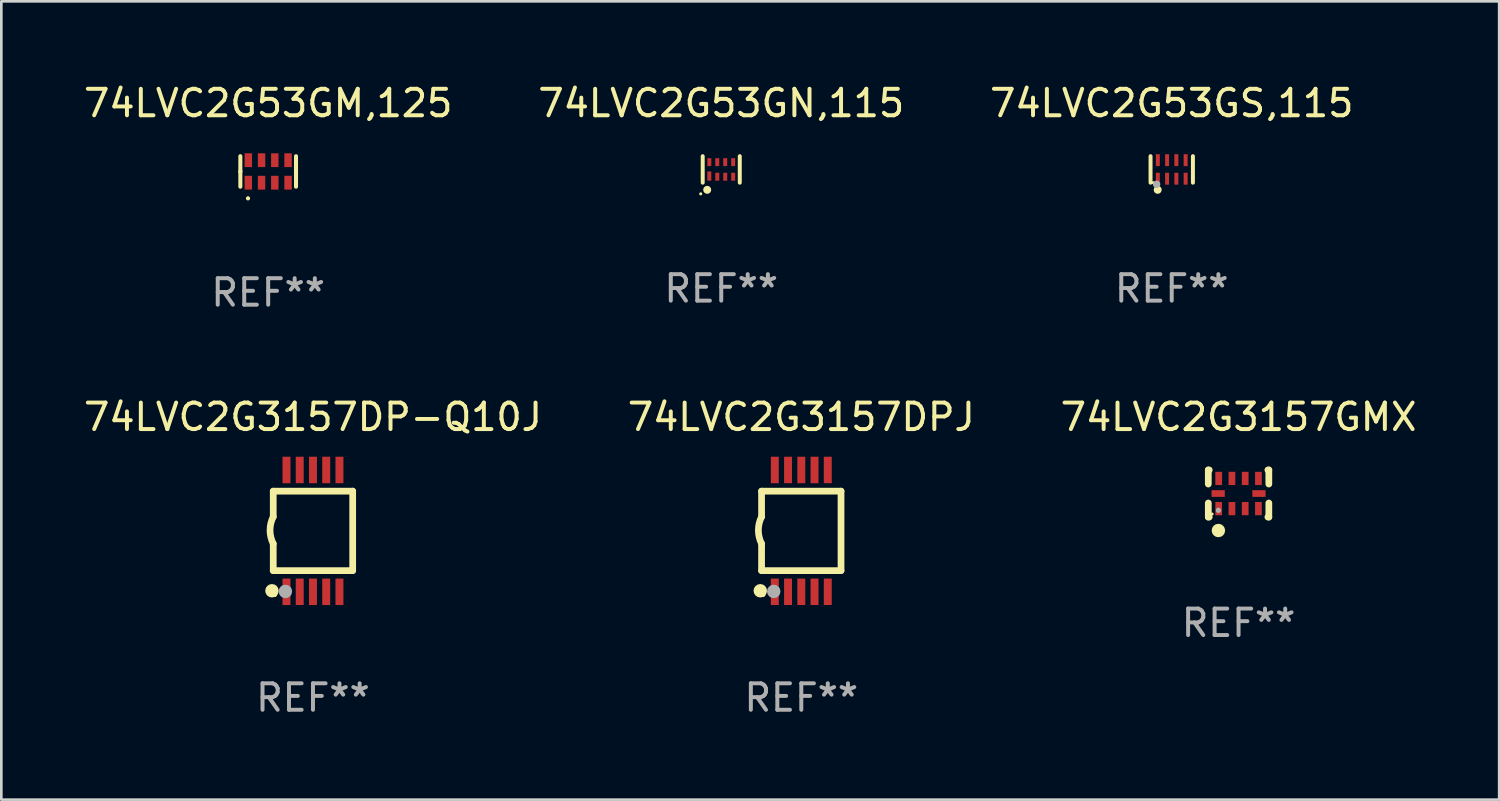
<source format=kicad_pcb>
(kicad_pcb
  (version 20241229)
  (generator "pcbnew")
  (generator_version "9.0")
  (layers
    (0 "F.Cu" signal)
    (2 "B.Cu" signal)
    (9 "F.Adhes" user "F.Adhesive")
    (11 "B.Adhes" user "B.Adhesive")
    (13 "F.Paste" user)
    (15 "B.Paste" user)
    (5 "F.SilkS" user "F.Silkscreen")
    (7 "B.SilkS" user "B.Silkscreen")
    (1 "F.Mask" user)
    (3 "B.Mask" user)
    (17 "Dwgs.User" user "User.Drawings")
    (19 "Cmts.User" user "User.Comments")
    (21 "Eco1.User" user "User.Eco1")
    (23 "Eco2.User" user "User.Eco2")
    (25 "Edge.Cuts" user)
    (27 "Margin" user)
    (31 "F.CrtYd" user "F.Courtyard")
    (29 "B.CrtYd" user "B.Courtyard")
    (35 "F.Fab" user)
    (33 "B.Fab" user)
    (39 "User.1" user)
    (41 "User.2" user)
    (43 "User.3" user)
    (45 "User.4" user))
  (footprint "74LVC2G3157GMX"
    (layer "F.Cu")
    (at 43.72 15.586)
    (property "Reference" "74LVC2G3157GMX" (at 0 -2.889 0) (layer "F.SilkS") (effects (font (size 1 1) (thickness 0.15))))
    (attr through_hole)
    (fp_line (start -1.143 -0.889) (end -1.143 -0.358) (stroke (width 0.254) (type solid)) (layer "F.SilkS"))
    (fp_line (start -1.143 0.358) (end -1.143 0.889) (stroke (width 0.254) (type solid)) (layer "F.SilkS"))
    (fp_line (start -1.143 0.889) (end -1.108 0.889) (stroke (width 0.254) (type solid)) (layer "F.SilkS"))
    (fp_line (start -1.108 -0.889) (end -1.143 -0.889) (stroke (width 0.254) (type solid)) (layer "F.SilkS"))
    (fp_line (start 1.108 0.889) (end 1.143 0.889) (stroke (width 0.254) (type solid)) (layer "F.SilkS"))
    (fp_line (start 1.143 -0.889) (end 1.108 -0.889) (stroke (width 0.254) (type solid)) (layer "F.SilkS"))
    (fp_line (start 1.143 -0.358) (end 1.143 -0.889) (stroke (width 0.254) (type solid)) (layer "F.SilkS"))
    (fp_line (start 1.143 0.889) (end 1.143 0.358) (stroke (width 0.254) (type solid)) (layer "F.SilkS"))
    (fp_circle (center -1 0.775) (end -0.97 0.775) (stroke (width 0.06) (type solid)) (fill no) (layer "F.SilkS"))
    (fp_circle (center -0.762 1.397) (end -0.635 1.397) (stroke (width 0.254) (type solid)) (fill no) (layer "F.SilkS"))
    (fp_circle (center -0.762 0.635) (end -0.712 0.635) (stroke (width 0.1) (type solid)) (fill no) (layer "F.Fab"))
    (fp_text user "REF**" (at 0 4.889 0) (layer "F.Fab") (effects (font (size 1 1) (thickness 0.15))))
    (pad "1" smd rect (at -0.75 0.57) (size 0.254 0.5) (layers "F.Cu" "F.Mask" "F.Paste"))
    (pad "2" smd rect (at -0.25 0.57) (size 0.254 0.5) (layers "F.Cu" "F.Mask" "F.Paste"))
    (pad "3" smd rect (at 0.25 0.57) (size 0.254 0.5) (layers "F.Cu" "F.Mask" "F.Paste"))
    (pad "4" smd rect (at 0.75 0.57) (size 0.254 0.5) (layers "F.Cu" "F.Mask" "F.Paste"))
    (pad "5" smd rect (at 0.77 0) (size 0.5 0.254) (layers "F.Cu" "F.Mask" "F.Paste"))
    (pad "6" smd rect (at 0.75 -0.57) (size 0.254 0.5) (layers "F.Cu" "F.Mask" "F.Paste"))
    (pad "7" smd rect (at 0.25 -0.57) (size 0.254 0.5) (layers "F.Cu" "F.Mask" "F.Paste"))
    (pad "8" smd rect (at -0.25 -0.57) (size 0.254 0.5) (layers "F.Cu" "F.Mask" "F.Paste"))
    (pad "9" smd rect (at -0.75 -0.57) (size 0.254 0.5) (layers "F.Cu" "F.Mask" "F.Paste"))
    (pad "10" smd rect (at -0.77 0) (size 0.5 0.254) (layers "F.Cu" "F.Mask" "F.Paste")))
  (footprint "74LVC2G53GN,115"
    (layer "F.Cu")
    (at 24.185 3.348)
    (property "Reference" "74LVC2G53GN,115" (at 0 -2.5 0) (layer "F.SilkS") (effects (font (size 1 1) (thickness 0.15))))
    (attr through_hole)
    (fp_line (start -0.7 -0.5) (end -0.7 0.5) (stroke (width 0.15) (type solid)) (layer "F.SilkS"))
    (fp_line (start 0.7 -0.5) (end 0.7 0.5) (stroke (width 0.15) (type solid)) (layer "F.SilkS"))
    (fp_circle (center -0.775 0.922) (end -0.745 0.922) (stroke (width 0.06) (type solid)) (fill no) (layer "F.SilkS"))
    (fp_circle (center -0.53 0.77) (end -0.454 0.77) (stroke (width 0.15) (type solid)) (fill no) (layer "F.SilkS"))
    (fp_text user "REF**" (at 0 4.5 0) (layer "F.Fab") (effects (font (size 1 1) (thickness 0.15))))
    (pad "1" smd rect (at -0.45 0.25) (size 0.15 0.35) (layers "F.Cu" "F.Mask" "F.Paste"))
    (pad "2" smd rect (at -0.15 0.275) (size 0.15 0.3) (layers "F.Cu" "F.Mask" "F.Paste"))
    (pad "3" smd rect (at 0.15 0.275) (size 0.15 0.3) (layers "F.Cu" "F.Mask" "F.Paste"))
    (pad "4" smd rect (at 0.45 0.275) (size 0.15 0.3) (layers "F.Cu" "F.Mask" "F.Paste"))
    (pad "5" smd rect (at 0.45 -0.275) (size 0.15 0.3) (layers "F.Cu" "F.Mask" "F.Paste"))
    (pad "6" smd rect (at 0.15 -0.275) (size 0.15 0.3) (layers "F.Cu" "F.Mask" "F.Paste"))
    (pad "7" smd rect (at -0.15 -0.275) (size 0.15 0.3) (layers "F.Cu" "F.Mask" "F.Paste"))
    (pad "8" smd rect (at -0.45 -0.275) (size 0.15 0.3) (layers "F.Cu" "F.Mask" "F.Paste")))
  (footprint "74LVC2G3157DP-Q10J"
    (layer "F.Cu")
    (at 8.768 16.997)
    (property "Reference" "74LVC2G3157DP-Q10J" (at 0 -4.3 0) (layer "F.SilkS") (effects (font (size 1 1) (thickness 0.15))))
    (attr through_hole)
    (fp_line (start -1.5 -1.5) (end -1.5 -0.533) (stroke (width 0.254) (type solid)) (layer "F.SilkS"))
    (fp_line (start -1.5 -1.5) (end 1.5 -1.5) (stroke (width 0.254) (type solid)) (layer "F.SilkS"))
    (fp_line (start -1.5 1.5) (end -1.5 0.483) (stroke (width 0.254) (type solid)) (layer "F.SilkS"))
    (fp_line (start -1.5 1.5) (end 1.5 1.5) (stroke (width 0.254) (type solid)) (layer "F.SilkS"))
    (fp_line (start 1.5 1.5) (end 1.5 -1.5) (stroke (width 0.254) (type solid)) (layer "F.SilkS"))
    (fp_arc (start -1.501015 0.483109) (mid -1.620651 -0.025266) (end -1.5 -0.533401) (stroke (width 0.254001) (type solid)) (layer "F.SilkS"))
    (fp_circle (center -1.549 2.261) (end -1.422 2.261) (stroke (width 0.254) (type solid)) (fill no) (layer "F.SilkS"))
    (fp_circle (center -1.45 2.4) (end -1.4 2.4) (stroke (width 0.1) (type solid)) (fill no) (layer "F.SilkS"))
    (fp_circle (center -1.041 2.286) (end -0.914 2.286) (stroke (width 0.254) (type solid)) (fill no) (layer "F.Fab"))
    (fp_text user "REF**" (at 0 6.3 0) (layer "F.Fab") (effects (font (size 1 1) (thickness 0.15))))
    (pad "1" smd rect (at -1 2.3 90) (size 1 0.3) (layers "F.Cu" "F.Mask" "F.Paste"))
    (pad "2" smd rect (at -0.5 2.3 90) (size 1 0.3) (layers "F.Cu" "F.Mask" "F.Paste"))
    (pad "3" smd rect (at 0.000127 2.3 90) (size 1 0.3) (layers "F.Cu" "F.Mask" "F.Paste"))
    (pad "4" smd rect (at 0.5 2.3 90) (size 1 0.3) (layers "F.Cu" "F.Mask" "F.Paste"))
    (pad "5" smd rect (at 1 2.3 90) (size 1 0.3) (layers "F.Cu" "F.Mask" "F.Paste"))
    (pad "6" smd rect (at 1 -2.3 270) (size 1 0.3) (layers "F.Cu" "F.Mask" "F.Paste"))
    (pad "7" smd rect (at 0.5 -2.3 90) (size 1 0.3) (layers "F.Cu" "F.Mask" "F.Paste"))
    (pad "8" smd rect (at 0.000127 -2.3 90) (size 1 0.3) (layers "F.Cu" "F.Mask" "F.Paste"))
    (pad "9" smd rect (at -0.5 -2.3 90) (size 1 0.3) (layers "F.Cu" "F.Mask" "F.Paste"))
    (pad "10" smd rect (at -1 -2.3 90) (size 1 0.3) (layers "F.Cu" "F.Mask" "F.Paste")))
  (footprint "74LVC2G3157DPJ"
    (layer "F.Cu")
    (at 27.208 16.997)
    (property "Reference" "74LVC2G3157DPJ" (at 0 -4.3 0) (layer "F.SilkS") (effects (font (size 1 1) (thickness 0.15))))
    (attr through_hole)
    (fp_line (start -1.5 -1.5) (end -1.5 -0.533) (stroke (width 0.254) (type solid)) (layer "F.SilkS"))
    (fp_line (start -1.5 -1.5) (end 1.5 -1.5) (stroke (width 0.254) (type solid)) (layer "F.SilkS"))
    (fp_line (start -1.5 1.5) (end -1.5 0.483) (stroke (width 0.254) (type solid)) (layer "F.SilkS"))
    (fp_line (start -1.5 1.5) (end 1.5 1.5) (stroke (width 0.254) (type solid)) (layer "F.SilkS"))
    (fp_line (start 1.5 1.5) (end 1.5 -1.5) (stroke (width 0.254) (type solid)) (layer "F.SilkS"))
    (fp_arc (start -1.501015 0.483109) (mid -1.620651 -0.025266) (end -1.5 -0.533401) (stroke (width 0.254001) (type solid)) (layer "F.SilkS"))
    (fp_circle (center -1.549 2.261) (end -1.422 2.261) (stroke (width 0.254) (type solid)) (fill no) (layer "F.SilkS"))
    (fp_circle (center -1.45 2.4) (end -1.4 2.4) (stroke (width 0.1) (type solid)) (fill no) (layer "F.SilkS"))
    (fp_circle (center -1.041 2.286) (end -0.914 2.286) (stroke (width 0.254) (type solid)) (fill no) (layer "F.Fab"))
    (fp_text user "REF**" (at 0 6.3 0) (layer "F.Fab") (effects (font (size 1 1) (thickness 0.15))))
    (pad "1" smd rect (at -1 2.3 90) (size 1 0.3) (layers "F.Cu" "F.Mask" "F.Paste"))
    (pad "2" smd rect (at -0.5 2.3 90) (size 1 0.3) (layers "F.Cu" "F.Mask" "F.Paste"))
    (pad "3" smd rect (at 0.000127 2.3 90) (size 1 0.3) (layers "F.Cu" "F.Mask" "F.Paste"))
    (pad "4" smd rect (at 0.5 2.3 90) (size 1 0.3) (layers "F.Cu" "F.Mask" "F.Paste"))
    (pad "5" smd rect (at 1 2.3 90) (size 1 0.3) (layers "F.Cu" "F.Mask" "F.Paste"))
    (pad "6" smd rect (at 1 -2.3 270) (size 1 0.3) (layers "F.Cu" "F.Mask" "F.Paste"))
    (pad "7" smd rect (at 0.5 -2.3 90) (size 1 0.3) (layers "F.Cu" "F.Mask" "F.Paste"))
    (pad "8" smd rect (at 0.000127 -2.3 90) (size 1 0.3) (layers "F.Cu" "F.Mask" "F.Paste"))
    (pad "9" smd rect (at -0.5 -2.3 90) (size 1 0.3) (layers "F.Cu" "F.Mask" "F.Paste"))
    (pad "10" smd rect (at -1 -2.3 90) (size 1 0.3) (layers "F.Cu" "F.Mask" "F.Paste")))
  (footprint "74LVC2G53GM,125"
    (layer "F.Cu")
    (at 7.077 3.424)
    (property "Reference" "74LVC2G53GM,125" (at 0 -2.576 0) (layer "F.SilkS") (effects (font (size 1 1) (thickness 0.15))))
    (attr through_hole)
    (fp_line (start -1.051 -0.576) (end -1.051 0.013) (stroke (width 0.152) (type solid)) (layer "F.SilkS"))
    (fp_line (start -1.051 0.576) (end -1.051 -0.013) (stroke (width 0.152) (type solid)) (layer "F.SilkS"))
    (fp_line (start 1.051 -0.576) (end 1.051 0.013) (stroke (width 0.152) (type solid)) (layer "F.SilkS"))
    (fp_line (start 1.051 0.576) (end 1.051 -0.013) (stroke (width 0.152) (type solid)) (layer "F.SilkS"))
    (fp_circle (center -0.762 1.016) (end -0.736 1.016) (stroke (width 0.053) (type solid)) (fill no) (layer "F.SilkS"))
    (fp_circle (center -0.762 1.016) (end -0.732 1.016) (stroke (width 0.06) (type solid)) (fill no) (layer "F.SilkS"))
    (fp_text user "REF**" (at 0 4.576 0) (layer "F.Fab") (effects (font (size 1 1) (thickness 0.15))))
    (pad "1" smd rect (at -0.75 0.425) (size 0.28 0.521) (layers "F.Cu" "F.Mask" "F.Paste"))
    (pad "2" smd rect (at -0.25 0.425) (size 0.28 0.521) (layers "F.Cu" "F.Mask" "F.Paste"))
    (pad "3" smd rect (at 0.25 0.425) (size 0.28 0.521) (layers "F.Cu" "F.Mask" "F.Paste"))
    (pad "4" smd rect (at 0.75 0.425) (size 0.28 0.521) (layers "F.Cu" "F.Mask" "F.Paste"))
    (pad "5" smd rect (at 0.75 -0.425) (size 0.28 0.521) (layers "F.Cu" "F.Mask" "F.Paste"))
    (pad "6" smd rect (at 0.25 -0.425) (size 0.28 0.521) (layers "F.Cu" "F.Mask" "F.Paste"))
    (pad "7" smd rect (at -0.25 -0.425) (size 0.28 0.521) (layers "F.Cu" "F.Mask" "F.Paste"))
    (pad "8" smd rect (at -0.75 -0.425) (size 0.28 0.521) (layers "F.Cu" "F.Mask" "F.Paste")))
  (footprint "74LVC2G53GS,115"
    (layer "F.Cu")
    (at 41.196 3.348)
    (property "Reference" "74LVC2G53GS,115" (at 0 -2.5 0) (layer "F.SilkS") (effects (font (size 1 1) (thickness 0.15))))
    (attr through_hole)
    (fp_line (start -0.8 -0.5) (end -0.8 0.5) (stroke (width 0.15) (type solid)) (layer "F.SilkS"))
    (fp_line (start 0.8 -0.5) (end 0.8 0.5) (stroke (width 0.15) (type solid)) (layer "F.SilkS"))
    (fp_circle (center -0.7 0.5) (end -0.67 0.5) (stroke (width 0.06) (type solid)) (fill no) (layer "F.SilkS"))
    (fp_circle (center -0.53 0.77) (end -0.454 0.77) (stroke (width 0.15) (type solid)) (fill no) (layer "F.SilkS"))
    (fp_circle (center -0.57 0.56) (end -0.5 0.56) (stroke (width 0.14) (type solid)) (fill no) (layer "F.Fab"))
    (fp_text user "REF**" (at 0 4.5 0) (layer "F.Fab") (effects (font (size 1 1) (thickness 0.15))))
    (pad "1" smd rect (at -0.525 0.35) (size 0.15 0.45) (layers "F.Cu" "F.Mask" "F.Paste"))
    (pad "2" smd rect (at -0.175 0.35) (size 0.15 0.45) (layers "F.Cu" "F.Mask" "F.Paste"))
    (pad "3" smd rect (at 0.175 0.35) (size 0.15 0.45) (layers "F.Cu" "F.Mask" "F.Paste"))
    (pad "4" smd rect (at 0.525 0.35) (size 0.15 0.45) (layers "F.Cu" "F.Mask" "F.Paste"))
    (pad "5" smd rect (at 0.525 -0.35) (size 0.15 0.45) (layers "F.Cu" "F.Mask" "F.Paste"))
    (pad "6" smd rect (at 0.175 -0.35) (size 0.15 0.45) (layers "F.Cu" "F.Mask" "F.Paste"))
    (pad "7" smd rect (at -0.175 -0.35) (size 0.15 0.45) (layers "F.Cu" "F.Mask" "F.Paste"))
    (pad "8" smd rect (at -0.525 -0.35) (size 0.15 0.45) (layers "F.Cu" "F.Mask" "F.Paste")))
  (gr_rect
    (start -3 -3)
    (end 53.56 27.145)
    (stroke (width 0.1) (type default))
    (fill no)
    (layer "Edge.Cuts")))
</source>
